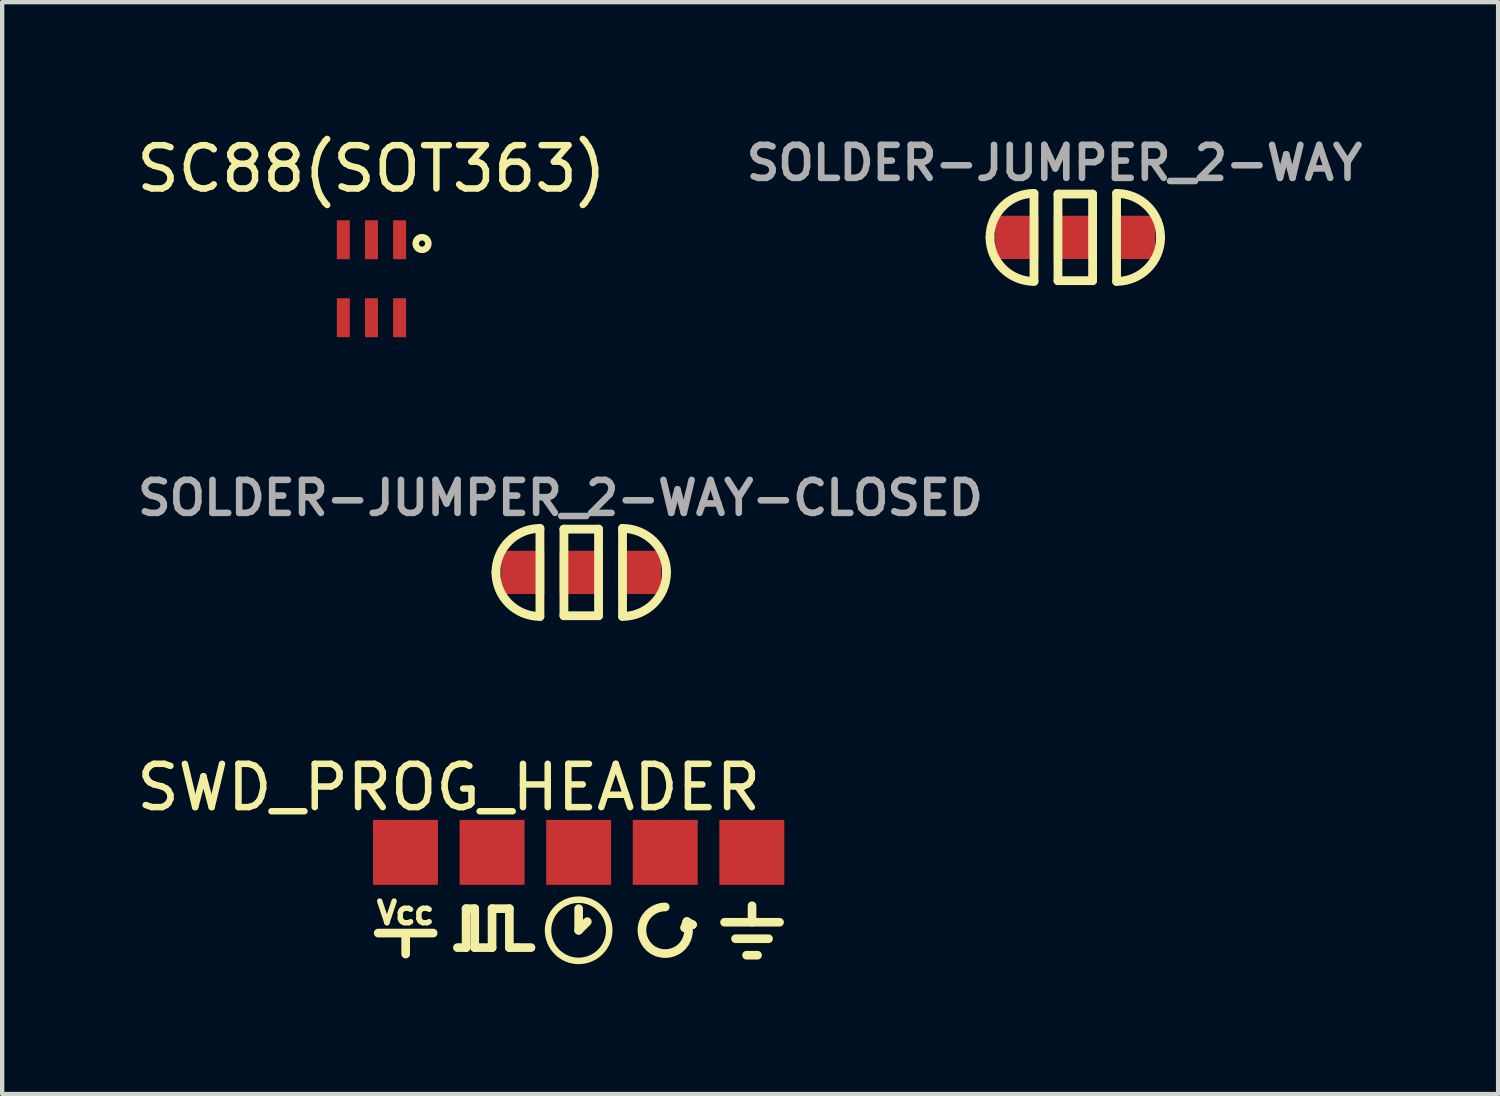
<source format=kicad_pcb>
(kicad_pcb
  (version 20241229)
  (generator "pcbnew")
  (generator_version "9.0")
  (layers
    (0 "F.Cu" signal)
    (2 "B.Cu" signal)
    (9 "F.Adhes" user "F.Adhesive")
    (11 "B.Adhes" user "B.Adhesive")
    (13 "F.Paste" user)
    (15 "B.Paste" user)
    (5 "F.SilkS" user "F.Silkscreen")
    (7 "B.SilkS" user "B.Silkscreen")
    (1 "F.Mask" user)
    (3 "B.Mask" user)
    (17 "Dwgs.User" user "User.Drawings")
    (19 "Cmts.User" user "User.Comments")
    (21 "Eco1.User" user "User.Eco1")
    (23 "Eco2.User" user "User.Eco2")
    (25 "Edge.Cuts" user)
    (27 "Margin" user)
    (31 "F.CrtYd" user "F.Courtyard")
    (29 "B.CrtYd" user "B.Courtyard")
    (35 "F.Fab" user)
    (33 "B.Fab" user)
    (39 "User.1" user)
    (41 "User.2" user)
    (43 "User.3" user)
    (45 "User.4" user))
  (footprint "SOLDER-JUMPER_2-WAY"
    (layer "F.Cu")
    (at 21.786 2.433)
    (property "Reference" "SOLDER-JUMPER_2-WAY" (at -0.48 -1.72 0) (layer "F.Fab") (effects (font (size 0.762 0.762) (thickness 0.152))))
    (attr through_hole)
    (fp_line (start -0.954 -1.016) (end -0.954 1.016) (stroke (width 0.203) (type solid)) (layer "F.SilkS"))
    (fp_line (start -0.4 -1) (end -0.4 1) (stroke (width 0.203) (type solid)) (layer "F.SilkS"))
    (fp_line (start -0.4 1) (end 0.4 1) (stroke (width 0.203) (type solid)) (layer "F.SilkS"))
    (fp_line (start 0.4 -1) (end -0.4 -1) (stroke (width 0.203) (type solid)) (layer "F.SilkS"))
    (fp_line (start 0.4 1) (end 0.4 -1) (stroke (width 0.203) (type solid)) (layer "F.SilkS"))
    (fp_line (start 0.954 1.016) (end 0.954 -1.016) (stroke (width 0.203) (type solid)) (layer "F.SilkS"))
    (fp_arc (start -1.97 0) (mid -1.67242 -0.71842) (end -0.954 -1.016) (stroke (width 0.2032) (type solid)) (layer "F.SilkS"))
    (fp_arc (start -0.954 1.016) (mid -1.67242 0.71842) (end -1.97 0) (stroke (width 0.2032) (type solid)) (layer "F.SilkS"))
    (fp_arc (start 0.954 -1.016) (mid 1.67242 -0.71842) (end 1.97 0) (stroke (width 0.2032) (type solid)) (layer "F.SilkS"))
    (fp_arc (start 1.97 0) (mid 1.67242 0.71842) (end 0.954 1.016) (stroke (width 0.2032) (type solid)) (layer "F.SilkS"))
    (pad "1" smd rect (at -1.35 0) (size 1 1) (layers "F.Cu" "F.Mask" "F.Paste"))
    (pad "2" smd rect (at 0 0) (size 1 1) (layers "F.Cu" "F.Mask" "F.Paste"))
    (pad "3" smd rect (at 1.35 0) (size 1 1) (layers "F.Cu" "F.Mask" "F.Paste")))
  (footprint "SWD_PROG_HEADER"
    (layer "F.Cu")
    (at 10.315 16.637)
    (property "Reference" "SWD_PROG_HEADER" (at -3 -1.5 0) (layer "F.SilkS") (effects (font (size 1 1) (thickness 0.15))))
    (attr through_hole)
    (fp_line (start -4.63 1.864) (end -3.36 1.864) (stroke (width 0.2) (type solid)) (layer "F.SilkS"))
    (fp_line (start -3.995 2.35) (end -3.995 1.869) (stroke (width 0.2) (type solid)) (layer "F.SilkS"))
    (fp_line (start -2.8 2.2) (end -2.6 2.2) (stroke (width 0.2) (type solid)) (layer "F.SilkS"))
    (fp_line (start -2.6 1.3) (end -2.4 1.3) (stroke (width 0.2) (type solid)) (layer "F.SilkS"))
    (fp_line (start -2.6 2.2) (end -2.6 1.3) (stroke (width 0.2) (type solid)) (layer "F.SilkS"))
    (fp_line (start -2.4 1.3) (end -2.4 2.2) (stroke (width 0.2) (type solid)) (layer "F.SilkS"))
    (fp_line (start -2.4 2.2) (end -2 2.2) (stroke (width 0.2) (type solid)) (layer "F.SilkS"))
    (fp_line (start -2 1.3) (end -1.6 1.3) (stroke (width 0.2) (type solid)) (layer "F.SilkS"))
    (fp_line (start -2 2.2) (end -2 1.3) (stroke (width 0.2) (type solid)) (layer "F.SilkS"))
    (fp_line (start -1.6 1.3) (end -1.6 2.2) (stroke (width 0.2) (type solid)) (layer "F.SilkS"))
    (fp_line (start -1.6 2.2) (end -1.4 2.2) (stroke (width 0.2) (type solid)) (layer "F.SilkS"))
    (fp_line (start -1.4 2.2) (end -1.1 2.2) (stroke (width 0.2) (type solid)) (layer "F.SilkS"))
    (fp_line (start 0 1.8) (end 0 1.3) (stroke (width 0.2) (type solid)) (layer "F.SilkS"))
    (fp_line (start 0 1.8) (end 0.2 1.6) (stroke (width 0.2) (type solid)) (layer "F.SilkS"))
    (fp_line (start 2.45 1.74) (end 2.63 1.67) (stroke (width 0.2) (type solid)) (layer "F.SilkS"))
    (fp_line (start 2.5 1.6) (end 2.45 1.74) (stroke (width 0.2) (type solid)) (layer "F.SilkS"))
    (fp_line (start 2.5 1.6) (end 2.63 1.67) (stroke (width 0.2) (type solid)) (layer "F.SilkS"))
    (fp_line (start 3.37 1.614) (end 4.64 1.614) (stroke (width 0.2) (type solid)) (layer "F.SilkS"))
    (fp_line (start 3.624 1.995) (end 4.386 1.995) (stroke (width 0.2) (type solid)) (layer "F.SilkS"))
    (fp_line (start 3.878 2.376) (end 4.132 2.376) (stroke (width 0.2) (type solid)) (layer "F.SilkS"))
    (fp_line (start 4.005 1.614) (end 4.005 1.233) (stroke (width 0.2) (type solid)) (layer "F.SilkS"))
    (fp_arc (start 2.5 1.6) (mid 1.698092 2.245928) (end 2 1.261484) (stroke (width 0.2) (type solid)) (layer "F.SilkS"))
    (fp_circle (center 0 1.8) (end 0.5 2.3) (stroke (width 0.15) (type solid)) (fill no) (layer "F.SilkS"))
    (fp_text user "Vcc" (at -4 1.4 0) (layer "F.SilkS") (effects (font (size 0.5 0.5) (thickness 0.125))))
    (pad "1" smd rect (at -4 0) (size 1.5 1.5) (layers "F.Cu" "F.Mask" "F.Paste"))
    (pad "2" smd rect (at -2 0) (size 1.5 1.5) (layers "F.Cu" "F.Mask" "F.Paste"))
    (pad "3" smd rect (at 0 0) (size 1.5 1.5) (layers "F.Cu" "F.Mask" "F.Paste"))
    (pad "4" smd rect (at 2 0) (size 1.5 1.5) (layers "F.Cu" "F.Mask" "F.Paste"))
    (pad "5" smd rect (at 4 0) (size 1.5 1.5) (layers "F.Cu" "F.Mask" "F.Paste")))
  (footprint "SOLDER-JUMPER_2-WAY-CLOSED"
    (layer "F.Cu")
    (at 10.375 10.171)
    (property "Reference" "SOLDER-JUMPER_2-WAY-CLOSED" (at -0.48 -1.72 0) (layer "F.Fab") (effects (font (size 0.762 0.762) (thickness 0.152))))
    (attr through_hole)
    (fp_line (start -0.954 -1.016) (end -0.954 1.016) (stroke (width 0.203) (type solid)) (layer "F.SilkS"))
    (fp_line (start -0.4 -1) (end -0.4 1) (stroke (width 0.203) (type solid)) (layer "F.SilkS"))
    (fp_line (start -0.4 1) (end 0.4 1) (stroke (width 0.203) (type solid)) (layer "F.SilkS"))
    (fp_line (start 0.4 -1) (end -0.4 -1) (stroke (width 0.203) (type solid)) (layer "F.SilkS"))
    (fp_line (start 0.4 1) (end 0.4 -1) (stroke (width 0.203) (type solid)) (layer "F.SilkS"))
    (fp_line (start 0.954 1.016) (end 0.954 -1.016) (stroke (width 0.203) (type solid)) (layer "F.SilkS"))
    (fp_arc (start -1.97 0) (mid -1.67242 -0.71842) (end -0.954 -1.016) (stroke (width 0.2032) (type solid)) (layer "F.SilkS"))
    (fp_arc (start -0.954 1.016) (mid -1.67242 0.71842) (end -1.97 0) (stroke (width 0.2032) (type solid)) (layer "F.SilkS"))
    (fp_arc (start 0.954 -1.016) (mid 1.67242 -0.71842) (end 1.97 0) (stroke (width 0.2032) (type solid)) (layer "F.SilkS"))
    (fp_arc (start 1.97 0) (mid 1.67242 0.71842) (end 0.954 1.016) (stroke (width 0.2032) (type solid)) (layer "F.SilkS"))
    (pad "1" smd rect (at -1.35 0) (size 1 1) (layers "F.Cu" "F.Mask" "F.Paste"))
    (pad "1" smd rect (at 0 0) (size 1 1) (layers "F.Cu" "F.Mask" "F.Paste"))
    (pad "2" smd rect (at 1.35 0) (size 1 1) (layers "F.Cu" "F.Mask" "F.Paste")))
  (footprint "SC88(SOT363)"
    (layer "F.Cu")
    (at 5.53 3.388)
    (property "Reference" "SC88(SOT363)" (at 0 -2.54 0) (layer "F.SilkS") (effects (font (size 1 1) (thickness 0.15))))
    (attr through_hole)
    (fp_circle (center 1.168 -0.813) (end 1.118 -0.864) (stroke (width 0.15) (type solid)) (fill no) (layer "F.SilkS"))
    (pad "1" smd rect (at 0.65 -0.9 180) (size 0.3 0.9) (layers "F.Cu" "F.Mask" "F.Paste"))
    (pad "2" smd rect (at 0 -0.9 180) (size 0.3 0.9) (layers "F.Cu" "F.Mask" "F.Paste"))
    (pad "3" smd rect (at -0.65 -0.9 180) (size 0.3 0.9) (layers "F.Cu" "F.Mask" "F.Paste"))
    (pad "4" smd rect (at -0.65 0.9 180) (size 0.3 0.9) (layers "F.Cu" "F.Mask" "F.Paste"))
    (pad "5" smd rect (at 0 0.9 180) (size 0.3 0.9) (layers "F.Cu" "F.Mask" "F.Paste"))
    (pad "6" smd rect (at 0.65 0.9 180) (size 0.3 0.9) (layers "F.Cu" "F.Mask" "F.Paste")))
  (gr_rect
    (start -3 -3)
    (end 31.552 22.219)
    (stroke (width 0.1) (type default))
    (fill no)
    (layer "Edge.Cuts")))
</source>
